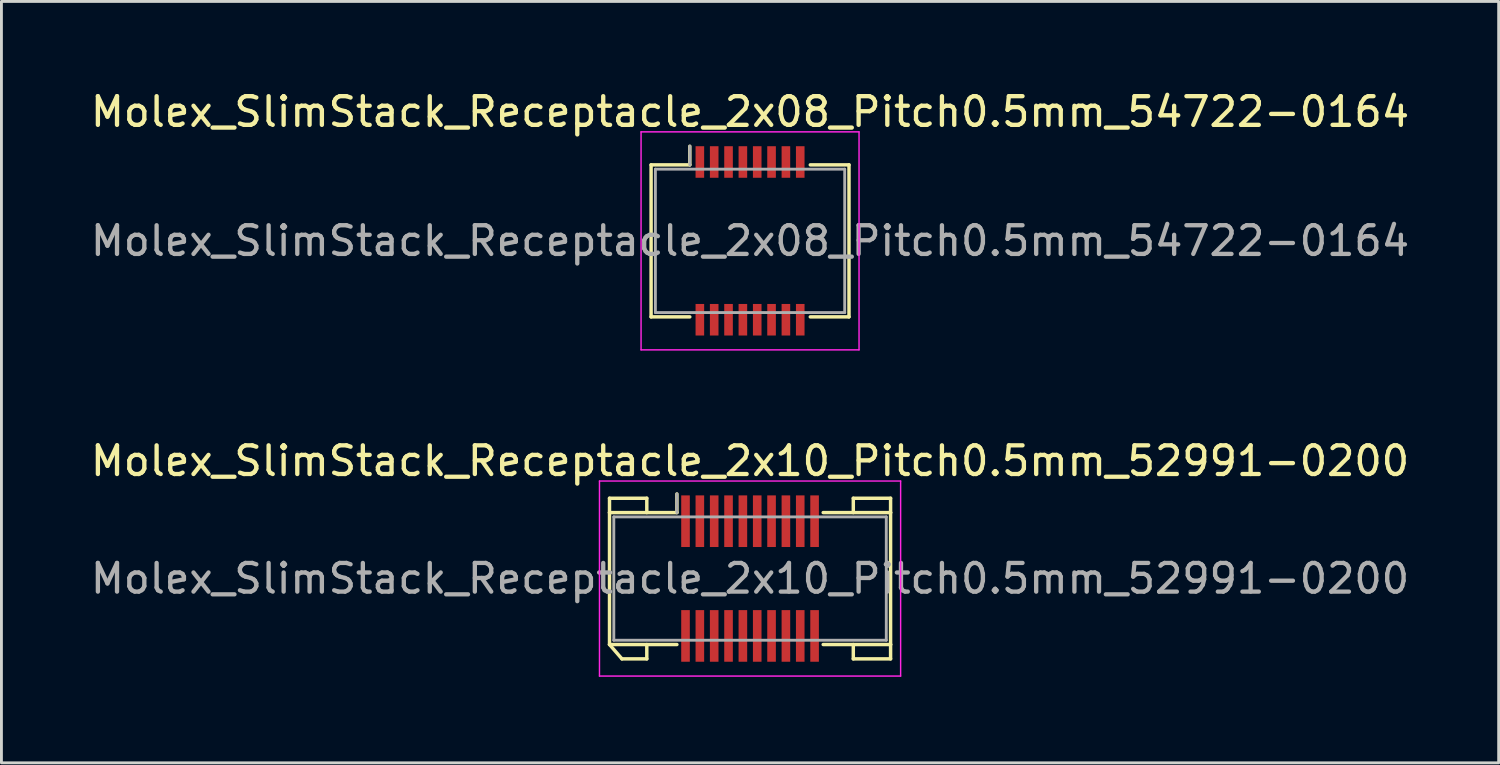
<source format=kicad_pcb>
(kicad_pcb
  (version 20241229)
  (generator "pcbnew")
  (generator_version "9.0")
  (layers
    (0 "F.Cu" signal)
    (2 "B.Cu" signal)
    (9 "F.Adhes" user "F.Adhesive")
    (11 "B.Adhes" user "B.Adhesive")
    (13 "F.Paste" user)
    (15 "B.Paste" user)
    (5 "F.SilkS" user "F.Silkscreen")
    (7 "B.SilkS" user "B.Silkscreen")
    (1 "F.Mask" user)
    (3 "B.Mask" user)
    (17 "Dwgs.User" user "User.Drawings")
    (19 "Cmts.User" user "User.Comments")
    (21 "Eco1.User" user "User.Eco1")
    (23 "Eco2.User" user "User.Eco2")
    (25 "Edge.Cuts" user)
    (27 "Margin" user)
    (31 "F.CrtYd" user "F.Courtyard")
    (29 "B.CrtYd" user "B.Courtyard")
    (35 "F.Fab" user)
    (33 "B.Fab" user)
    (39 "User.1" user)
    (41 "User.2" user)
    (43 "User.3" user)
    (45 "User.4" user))
  (footprint "Molex_SlimStack_Receptacle_2x08_Pitch0.5mm_54722-0164"
    (layer "F.Cu")
    (at 23.101 5.348)
    (property "Reference" "Molex_SlimStack_Receptacle_2x08_Pitch0.5mm_54722-0164" (at 0 -4.5 0) (layer "F.SilkS") (effects (font (size 1 1) (thickness 0.15))))
    (attr smd)
    (fp_line (start -3.45 -2.65) (end -2.1 -2.65) (stroke (width 0.12) (type solid)) (layer "F.SilkS"))
    (fp_line (start -3.45 2.65) (end -3.45 -2.65) (stroke (width 0.12) (type solid)) (layer "F.SilkS"))
    (fp_line (start -2.1 -2.65) (end -2.1 -3.3) (stroke (width 0.12) (type solid)) (layer "F.SilkS"))
    (fp_line (start -2.1 2.65) (end -3.45 2.65) (stroke (width 0.12) (type solid)) (layer "F.SilkS"))
    (fp_line (start 2.1 2.65) (end 3.45 2.65) (stroke (width 0.12) (type solid)) (layer "F.SilkS"))
    (fp_line (start 3.45 -2.65) (end 2.1 -2.65) (stroke (width 0.12) (type solid)) (layer "F.SilkS"))
    (fp_line (start 3.45 2.65) (end 3.45 -2.65) (stroke (width 0.12) (type solid)) (layer "F.SilkS"))
    (fp_line (start -3.8 -3.8) (end -3.8 3.8) (stroke (width 0.05) (type solid)) (layer "F.CrtYd"))
    (fp_line (start -3.8 3.8) (end 3.8 3.8) (stroke (width 0.05) (type solid)) (layer "F.CrtYd"))
    (fp_line (start 3.8 -3.8) (end -3.8 -3.8) (stroke (width 0.05) (type solid)) (layer "F.CrtYd"))
    (fp_line (start 3.8 3.8) (end 3.8 -3.8) (stroke (width 0.05) (type solid)) (layer "F.CrtYd"))
    (fp_line (start -3.3 -2.5) (end -3.3 2.5) (stroke (width 0.1) (type solid)) (layer "F.Fab"))
    (fp_line (start -3.3 2.5) (end 3.3 2.5) (stroke (width 0.1) (type solid)) (layer "F.Fab"))
    (fp_line (start -2.1 -2.65) (end -2.1 -3.3) (stroke (width 0.1) (type solid)) (layer "F.Fab"))
    (fp_line (start 3.3 -2.5) (end -3.3 -2.5) (stroke (width 0.1) (type solid)) (layer "F.Fab"))
    (fp_line (start 3.3 2.5) (end 3.3 -2.5) (stroke (width 0.1) (type solid)) (layer "F.Fab"))
    (fp_text user "${REFERENCE}" (at 0 0 0) (layer "F.Fab") (effects (font (size 1 1) (thickness 0.15))))
    (pad "1" smd rect (at -1.75 -2.75) (size 0.3 1.1) (layers "F.Cu" "F.Mask" "F.Paste"))
    (pad "2" smd rect (at -1.75 2.75) (size 0.3 1.1) (layers "F.Cu" "F.Mask" "F.Paste"))
    (pad "3" smd rect (at -1.25 -2.75) (size 0.3 1.1) (layers "F.Cu" "F.Mask" "F.Paste"))
    (pad "4" smd rect (at -1.25 2.75) (size 0.3 1.1) (layers "F.Cu" "F.Mask" "F.Paste"))
    (pad "5" smd rect (at -0.75 -2.75) (size 0.3 1.1) (layers "F.Cu" "F.Mask" "F.Paste"))
    (pad "6" smd rect (at -0.75 2.75) (size 0.3 1.1) (layers "F.Cu" "F.Mask" "F.Paste"))
    (pad "7" smd rect (at -0.25 -2.75) (size 0.3 1.1) (layers "F.Cu" "F.Mask" "F.Paste"))
    (pad "8" smd rect (at -0.25 2.75) (size 0.3 1.1) (layers "F.Cu" "F.Mask" "F.Paste"))
    (pad "9" smd rect (at 0.25 -2.75) (size 0.3 1.1) (layers "F.Cu" "F.Mask" "F.Paste"))
    (pad "10" smd rect (at 0.25 2.75) (size 0.3 1.1) (layers "F.Cu" "F.Mask" "F.Paste"))
    (pad "11" smd rect (at 0.75 -2.75) (size 0.3 1.1) (layers "F.Cu" "F.Mask" "F.Paste"))
    (pad "12" smd rect (at 0.75 2.75) (size 0.3 1.1) (layers "F.Cu" "F.Mask" "F.Paste"))
    (pad "13" smd rect (at 1.25 -2.75) (size 0.3 1.1) (layers "F.Cu" "F.Mask" "F.Paste"))
    (pad "14" smd rect (at 1.25 2.75) (size 0.3 1.1) (layers "F.Cu" "F.Mask" "F.Paste"))
    (pad "15" smd rect (at 1.75 -2.75) (size 0.3 1.1) (layers "F.Cu" "F.Mask" "F.Paste"))
    (pad "16" smd rect (at 1.75 2.75) (size 0.3 1.1) (layers "F.Cu" "F.Mask" "F.Paste")))
  (footprint "Molex_SlimStack_Receptacle_2x10_Pitch0.5mm_52991-0200"
    (layer "F.Cu")
    (at 23.101 17.122)
    (property "Reference" "Molex_SlimStack_Receptacle_2x10_Pitch0.5mm_52991-0200" (at 0 -4.1 0) (layer "F.SilkS") (effects (font (size 1 1) (thickness 0.15))))
    (attr smd)
    (fp_line (start -4.9 -2.8) (end -3.6 -2.8) (stroke (width 0.12) (type solid)) (layer "F.SilkS"))
    (fp_line (start -4.9 -2.3) (end -4.9 -2.8) (stroke (width 0.12) (type solid)) (layer "F.SilkS"))
    (fp_line (start -4.9 -2.3) (end -2.55 -2.3) (stroke (width 0.12) (type solid)) (layer "F.SilkS"))
    (fp_line (start -4.9 2.3) (end -4.9 -2.3) (stroke (width 0.12) (type solid)) (layer "F.SilkS"))
    (fp_line (start -4.9 2.3) (end -4.467 2.8) (stroke (width 0.12) (type solid)) (layer "F.SilkS"))
    (fp_line (start -4.467 2.8) (end -3.6 2.8) (stroke (width 0.12) (type solid)) (layer "F.SilkS"))
    (fp_line (start -3.6 -2.8) (end -3.6 -2.3) (stroke (width 0.12) (type solid)) (layer "F.SilkS"))
    (fp_line (start -3.6 2.8) (end -3.6 2.3) (stroke (width 0.12) (type solid)) (layer "F.SilkS"))
    (fp_line (start -2.55 -2.3) (end -2.55 -2.95) (stroke (width 0.12) (type solid)) (layer "F.SilkS"))
    (fp_line (start -2.55 2.3) (end -4.9 2.3) (stroke (width 0.12) (type solid)) (layer "F.SilkS"))
    (fp_line (start 2.55 2.3) (end 4.9 2.3) (stroke (width 0.12) (type solid)) (layer "F.SilkS"))
    (fp_line (start 3.6 -2.8) (end 3.6 -2.3) (stroke (width 0.12) (type solid)) (layer "F.SilkS"))
    (fp_line (start 3.6 2.8) (end 3.6 2.3) (stroke (width 0.12) (type solid)) (layer "F.SilkS"))
    (fp_line (start 4.9 -2.8) (end 3.6 -2.8) (stroke (width 0.12) (type solid)) (layer "F.SilkS"))
    (fp_line (start 4.9 -2.3) (end 2.55 -2.3) (stroke (width 0.12) (type solid)) (layer "F.SilkS"))
    (fp_line (start 4.9 -2.3) (end 4.9 -2.8) (stroke (width 0.12) (type solid)) (layer "F.SilkS"))
    (fp_line (start 4.9 2.3) (end 4.9 -2.3) (stroke (width 0.12) (type solid)) (layer "F.SilkS"))
    (fp_line (start 4.9 2.3) (end 4.9 2.8) (stroke (width 0.12) (type solid)) (layer "F.SilkS"))
    (fp_line (start 4.9 2.8) (end 3.6 2.8) (stroke (width 0.12) (type solid)) (layer "F.SilkS"))
    (fp_line (start -5.25 -3.4) (end -5.25 3.4) (stroke (width 0.05) (type solid)) (layer "F.CrtYd"))
    (fp_line (start -5.25 3.4) (end 5.25 3.4) (stroke (width 0.05) (type solid)) (layer "F.CrtYd"))
    (fp_line (start 5.25 -3.4) (end -5.25 -3.4) (stroke (width 0.05) (type solid)) (layer "F.CrtYd"))
    (fp_line (start 5.25 3.4) (end 5.25 -3.4) (stroke (width 0.05) (type solid)) (layer "F.CrtYd"))
    (fp_line (start -4.75 -2.15) (end -4.75 2.15) (stroke (width 0.1) (type solid)) (layer "F.Fab"))
    (fp_line (start -4.75 2.15) (end 4.75 2.15) (stroke (width 0.1) (type solid)) (layer "F.Fab"))
    (fp_line (start -2.55 -2.3) (end -2.55 -2.95) (stroke (width 0.1) (type solid)) (layer "F.Fab"))
    (fp_line (start 4.75 -2.15) (end -4.75 -2.15) (stroke (width 0.1) (type solid)) (layer "F.Fab"))
    (fp_line (start 4.75 2.15) (end 4.75 -2.15) (stroke (width 0.1) (type solid)) (layer "F.Fab"))
    (fp_text user "${REFERENCE}" (at 0 0 0) (layer "F.Fab") (effects (font (size 1 1) (thickness 0.15))))
    (pad "1" smd rect (at -2.25 -2) (size 0.3 1.8) (layers "F.Cu" "F.Mask" "F.Paste"))
    (pad "2" smd rect (at -2.25 2) (size 0.3 1.8) (layers "F.Cu" "F.Mask" "F.Paste"))
    (pad "3" smd rect (at -1.75 -2) (size 0.3 1.8) (layers "F.Cu" "F.Mask" "F.Paste"))
    (pad "4" smd rect (at -1.75 2) (size 0.3 1.8) (layers "F.Cu" "F.Mask" "F.Paste"))
    (pad "5" smd rect (at -1.25 -2) (size 0.3 1.8) (layers "F.Cu" "F.Mask" "F.Paste"))
    (pad "6" smd rect (at -1.25 2) (size 0.3 1.8) (layers "F.Cu" "F.Mask" "F.Paste"))
    (pad "7" smd rect (at -0.75 -2) (size 0.3 1.8) (layers "F.Cu" "F.Mask" "F.Paste"))
    (pad "8" smd rect (at -0.75 2) (size 0.3 1.8) (layers "F.Cu" "F.Mask" "F.Paste"))
    (pad "9" smd rect (at -0.25 -2) (size 0.3 1.8) (layers "F.Cu" "F.Mask" "F.Paste"))
    (pad "10" smd rect (at -0.25 2) (size 0.3 1.8) (layers "F.Cu" "F.Mask" "F.Paste"))
    (pad "11" smd rect (at 0.25 -2) (size 0.3 1.8) (layers "F.Cu" "F.Mask" "F.Paste"))
    (pad "12" smd rect (at 0.25 2) (size 0.3 1.8) (layers "F.Cu" "F.Mask" "F.Paste"))
    (pad "13" smd rect (at 0.75 -2) (size 0.3 1.8) (layers "F.Cu" "F.Mask" "F.Paste"))
    (pad "14" smd rect (at 0.75 2) (size 0.3 1.8) (layers "F.Cu" "F.Mask" "F.Paste"))
    (pad "15" smd rect (at 1.25 -2) (size 0.3 1.8) (layers "F.Cu" "F.Mask" "F.Paste"))
    (pad "16" smd rect (at 1.25 2) (size 0.3 1.8) (layers "F.Cu" "F.Mask" "F.Paste"))
    (pad "17" smd rect (at 1.75 -2) (size 0.3 1.8) (layers "F.Cu" "F.Mask" "F.Paste"))
    (pad "18" smd rect (at 1.75 2) (size 0.3 1.8) (layers "F.Cu" "F.Mask" "F.Paste"))
    (pad "19" smd rect (at 2.25 -2) (size 0.3 1.8) (layers "F.Cu" "F.Mask" "F.Paste"))
    (pad "20" smd rect (at 2.25 2) (size 0.3 1.8) (layers "F.Cu" "F.Mask" "F.Paste")))
  (gr_rect
    (start -3 -3)
    (end 49.202 23.547)
    (stroke (width 0.1) (type default))
    (fill no)
    (layer "Edge.Cuts")))
</source>
